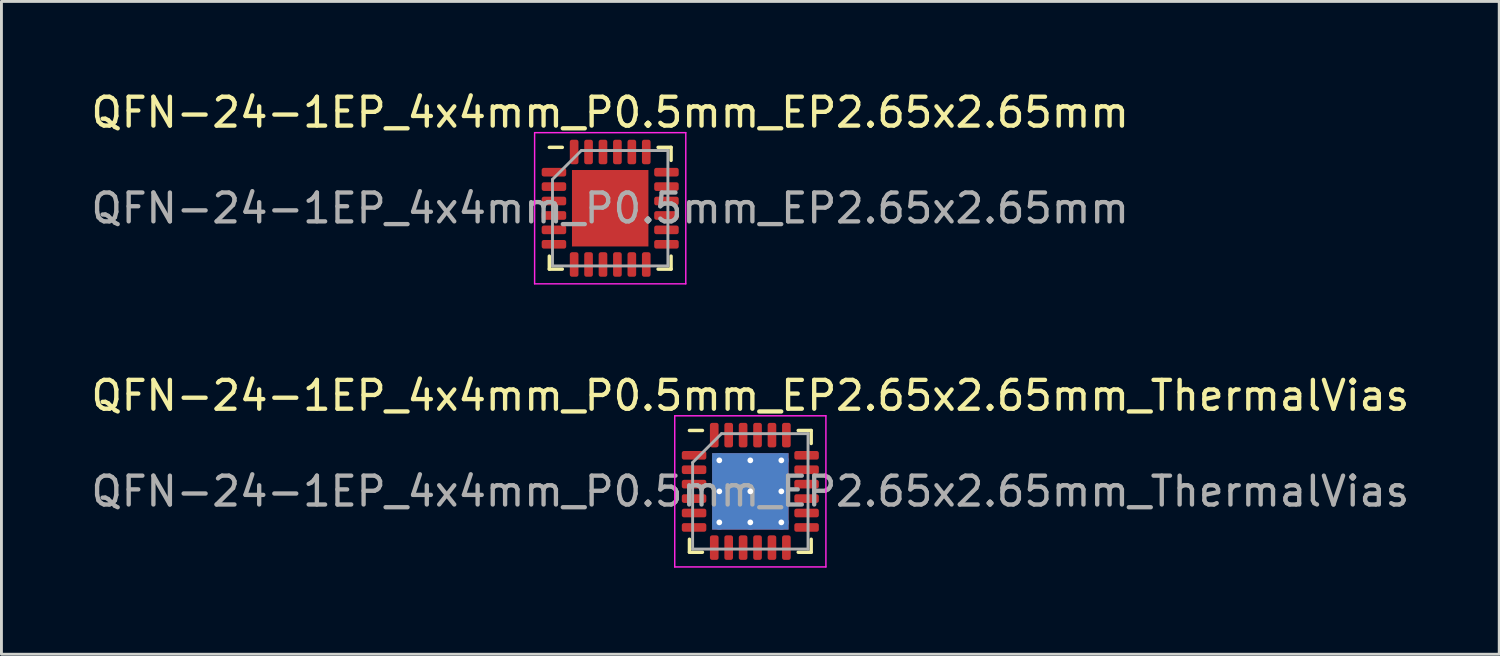
<source format=kicad_pcb>
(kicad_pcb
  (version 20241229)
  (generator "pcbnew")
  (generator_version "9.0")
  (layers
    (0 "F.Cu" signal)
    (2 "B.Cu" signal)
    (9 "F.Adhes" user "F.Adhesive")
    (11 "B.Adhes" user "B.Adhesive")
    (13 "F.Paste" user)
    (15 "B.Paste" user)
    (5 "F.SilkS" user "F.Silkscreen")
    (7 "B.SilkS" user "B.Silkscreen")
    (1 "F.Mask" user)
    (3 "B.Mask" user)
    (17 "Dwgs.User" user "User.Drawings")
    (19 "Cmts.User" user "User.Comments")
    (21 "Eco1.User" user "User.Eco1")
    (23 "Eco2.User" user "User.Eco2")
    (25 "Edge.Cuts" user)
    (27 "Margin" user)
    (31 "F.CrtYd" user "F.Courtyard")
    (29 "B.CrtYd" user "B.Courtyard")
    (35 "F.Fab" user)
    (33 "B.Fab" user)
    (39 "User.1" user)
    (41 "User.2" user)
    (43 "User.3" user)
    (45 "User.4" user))
  (footprint "QFN-24-1EP_4x4mm_P0.5mm_EP2.65x2.65mm_ThermalVias"
    (layer "F.Cu")
    (at 22.958 13.982)
    (property "Reference" "QFN-24-1EP_4x4mm_P0.5mm_EP2.65x2.65mm_ThermalVias" (at 0 -3.32 0) (layer "F.SilkS") (effects (font (size 1 1) (thickness 0.15))))
    (attr smd)
    (fp_line (start -2.11 2.11) (end -2.11 1.66) (stroke (width 0.12) (type solid)) (layer "F.SilkS"))
    (fp_line (start -1.66 -2.11) (end -2.11 -2.11) (stroke (width 0.12) (type solid)) (layer "F.SilkS"))
    (fp_line (start -1.66 2.11) (end -2.11 2.11) (stroke (width 0.12) (type solid)) (layer "F.SilkS"))
    (fp_line (start 1.66 -2.11) (end 2.11 -2.11) (stroke (width 0.12) (type solid)) (layer "F.SilkS"))
    (fp_line (start 1.66 2.11) (end 2.11 2.11) (stroke (width 0.12) (type solid)) (layer "F.SilkS"))
    (fp_line (start 2.11 -2.11) (end 2.11 -1.66) (stroke (width 0.12) (type solid)) (layer "F.SilkS"))
    (fp_line (start 2.11 2.11) (end 2.11 1.66) (stroke (width 0.12) (type solid)) (layer "F.SilkS"))
    (fp_line (start -2.62 -2.62) (end -2.62 2.62) (stroke (width 0.05) (type solid)) (layer "F.CrtYd"))
    (fp_line (start -2.62 2.62) (end 2.62 2.62) (stroke (width 0.05) (type solid)) (layer "F.CrtYd"))
    (fp_line (start 2.62 -2.62) (end -2.62 -2.62) (stroke (width 0.05) (type solid)) (layer "F.CrtYd"))
    (fp_line (start 2.62 2.62) (end 2.62 -2.62) (stroke (width 0.05) (type solid)) (layer "F.CrtYd"))
    (fp_line (start -2 -1) (end -1 -2) (stroke (width 0.1) (type solid)) (layer "F.Fab"))
    (fp_line (start -2 2) (end -2 -1) (stroke (width 0.1) (type solid)) (layer "F.Fab"))
    (fp_line (start -1 -2) (end 2 -2) (stroke (width 0.1) (type solid)) (layer "F.Fab"))
    (fp_line (start 2 -2) (end 2 2) (stroke (width 0.1) (type solid)) (layer "F.Fab"))
    (fp_line (start 2 2) (end -2 2) (stroke (width 0.1) (type solid)) (layer "F.Fab"))
    (fp_text user "${REFERENCE}" (at 0 0 0) (layer "F.Fab") (effects (font (size 1 1) (thickness 0.15))))
    (pad "" smd roundrect (at -0.66 -0.66) (size 1.15 1.15) (layers "F.Paste") (roundrect_rratio 0.217))
    (pad "" smd roundrect (at -0.66 0.66) (size 1.15 1.15) (layers "F.Paste") (roundrect_rratio 0.217))
    (pad "" smd roundrect (at 0.66 -0.66) (size 1.15 1.15) (layers "F.Paste") (roundrect_rratio 0.217))
    (pad "" smd roundrect (at 0.66 0.66) (size 1.15 1.15) (layers "F.Paste") (roundrect_rratio 0.217))
    (pad "1" smd roundrect (at -1.95 -1.25) (size 0.85 0.3) (layers "F.Cu" "F.Mask" "F.Paste") (roundrect_rratio 0.25))
    (pad "2" smd roundrect (at -1.95 -0.75) (size 0.85 0.3) (layers "F.Cu" "F.Mask" "F.Paste") (roundrect_rratio 0.25))
    (pad "3" smd roundrect (at -1.95 -0.25) (size 0.85 0.3) (layers "F.Cu" "F.Mask" "F.Paste") (roundrect_rratio 0.25))
    (pad "4" smd roundrect (at -1.95 0.25) (size 0.85 0.3) (layers "F.Cu" "F.Mask" "F.Paste") (roundrect_rratio 0.25))
    (pad "5" smd roundrect (at -1.95 0.75) (size 0.85 0.3) (layers "F.Cu" "F.Mask" "F.Paste") (roundrect_rratio 0.25))
    (pad "6" smd roundrect (at -1.95 1.25) (size 0.85 0.3) (layers "F.Cu" "F.Mask" "F.Paste") (roundrect_rratio 0.25))
    (pad "7" smd roundrect (at -1.25 1.95) (size 0.3 0.85) (layers "F.Cu" "F.Mask" "F.Paste") (roundrect_rratio 0.25))
    (pad "8" smd roundrect (at -0.75 1.95) (size 0.3 0.85) (layers "F.Cu" "F.Mask" "F.Paste") (roundrect_rratio 0.25))
    (pad "9" smd roundrect (at -0.25 1.95) (size 0.3 0.85) (layers "F.Cu" "F.Mask" "F.Paste") (roundrect_rratio 0.25))
    (pad "10" smd roundrect (at 0.25 1.95) (size 0.3 0.85) (layers "F.Cu" "F.Mask" "F.Paste") (roundrect_rratio 0.25))
    (pad "11" smd roundrect (at 0.75 1.95) (size 0.3 0.85) (layers "F.Cu" "F.Mask" "F.Paste") (roundrect_rratio 0.25))
    (pad "12" smd roundrect (at 1.25 1.95) (size 0.3 0.85) (layers "F.Cu" "F.Mask" "F.Paste") (roundrect_rratio 0.25))
    (pad "13" smd roundrect (at 1.95 1.25) (size 0.85 0.3) (layers "F.Cu" "F.Mask" "F.Paste") (roundrect_rratio 0.25))
    (pad "14" smd roundrect (at 1.95 0.75) (size 0.85 0.3) (layers "F.Cu" "F.Mask" "F.Paste") (roundrect_rratio 0.25))
    (pad "15" smd roundrect (at 1.95 0.25) (size 0.85 0.3) (layers "F.Cu" "F.Mask" "F.Paste") (roundrect_rratio 0.25))
    (pad "16" smd roundrect (at 1.95 -0.25) (size 0.85 0.3) (layers "F.Cu" "F.Mask" "F.Paste") (roundrect_rratio 0.25))
    (pad "17" smd roundrect (at 1.95 -0.75) (size 0.85 0.3) (layers "F.Cu" "F.Mask" "F.Paste") (roundrect_rratio 0.25))
    (pad "18" smd roundrect (at 1.95 -1.25) (size 0.85 0.3) (layers "F.Cu" "F.Mask" "F.Paste") (roundrect_rratio 0.25))
    (pad "19" smd roundrect (at 1.25 -1.95) (size 0.3 0.85) (layers "F.Cu" "F.Mask" "F.Paste") (roundrect_rratio 0.25))
    (pad "20" smd roundrect (at 0.75 -1.95) (size 0.3 0.85) (layers "F.Cu" "F.Mask" "F.Paste") (roundrect_rratio 0.25))
    (pad "21" smd roundrect (at 0.25 -1.95) (size 0.3 0.85) (layers "F.Cu" "F.Mask" "F.Paste") (roundrect_rratio 0.25))
    (pad "22" smd roundrect (at -0.25 -1.95) (size 0.3 0.85) (layers "F.Cu" "F.Mask" "F.Paste") (roundrect_rratio 0.25))
    (pad "23" smd roundrect (at -0.75 -1.95) (size 0.3 0.85) (layers "F.Cu" "F.Mask" "F.Paste") (roundrect_rratio 0.25))
    (pad "24" smd roundrect (at -1.25 -1.95) (size 0.3 0.85) (layers "F.Cu" "F.Mask" "F.Paste") (roundrect_rratio 0.25))
    (pad "25" thru_hole circle (at -1.075 -1.075) (size 0.5 0.5) (drill 0.2) (layers "*.Cu"))
    (pad "25" thru_hole circle (at -1.075 0) (size 0.5 0.5) (drill 0.2) (layers "*.Cu"))
    (pad "25" thru_hole circle (at -1.075 1.075) (size 0.5 0.5) (drill 0.2) (layers "*.Cu"))
    (pad "25" thru_hole circle (at 0 -1.075) (size 0.5 0.5) (drill 0.2) (layers "*.Cu"))
    (pad "25" thru_hole circle (at 0 0) (size 0.5 0.5) (drill 0.2) (layers "*.Cu"))
    (pad "25" smd rect (at 0 0) (size 2.65 2.65) (layers "F.Cu" "F.Mask"))
    (pad "25" smd rect (at 0 0) (size 2.65 2.65) (layers "B.Cu"))
    (pad "25" thru_hole circle (at 0 1.075) (size 0.5 0.5) (drill 0.2) (layers "*.Cu"))
    (pad "25" thru_hole circle (at 1.075 -1.075) (size 0.5 0.5) (drill 0.2) (layers "*.Cu"))
    (pad "25" thru_hole circle (at 1.075 0) (size 0.5 0.5) (drill 0.2) (layers "*.Cu"))
    (pad "25" thru_hole circle (at 1.075 1.075) (size 0.5 0.5) (drill 0.2) (layers "*.Cu")))
  (footprint "QFN-24-1EP_4x4mm_P0.5mm_EP2.65x2.65mm"
    (layer "F.Cu")
    (at 18.101 4.168)
    (property "Reference" "QFN-24-1EP_4x4mm_P0.5mm_EP2.65x2.65mm" (at 0 -3.32 0) (layer "F.SilkS") (effects (font (size 1 1) (thickness 0.15))))
    (attr smd)
    (fp_line (start -2.11 2.11) (end -2.11 1.66) (stroke (width 0.12) (type solid)) (layer "F.SilkS"))
    (fp_line (start -1.66 -2.11) (end -2.11 -2.11) (stroke (width 0.12) (type solid)) (layer "F.SilkS"))
    (fp_line (start -1.66 2.11) (end -2.11 2.11) (stroke (width 0.12) (type solid)) (layer "F.SilkS"))
    (fp_line (start 1.66 -2.11) (end 2.11 -2.11) (stroke (width 0.12) (type solid)) (layer "F.SilkS"))
    (fp_line (start 1.66 2.11) (end 2.11 2.11) (stroke (width 0.12) (type solid)) (layer "F.SilkS"))
    (fp_line (start 2.11 -2.11) (end 2.11 -1.66) (stroke (width 0.12) (type solid)) (layer "F.SilkS"))
    (fp_line (start 2.11 2.11) (end 2.11 1.66) (stroke (width 0.12) (type solid)) (layer "F.SilkS"))
    (fp_line (start -2.62 -2.62) (end -2.62 2.62) (stroke (width 0.05) (type solid)) (layer "F.CrtYd"))
    (fp_line (start -2.62 2.62) (end 2.62 2.62) (stroke (width 0.05) (type solid)) (layer "F.CrtYd"))
    (fp_line (start 2.62 -2.62) (end -2.62 -2.62) (stroke (width 0.05) (type solid)) (layer "F.CrtYd"))
    (fp_line (start 2.62 2.62) (end 2.62 -2.62) (stroke (width 0.05) (type solid)) (layer "F.CrtYd"))
    (fp_line (start -2 -1) (end -1 -2) (stroke (width 0.1) (type solid)) (layer "F.Fab"))
    (fp_line (start -2 2) (end -2 -1) (stroke (width 0.1) (type solid)) (layer "F.Fab"))
    (fp_line (start -1 -2) (end 2 -2) (stroke (width 0.1) (type solid)) (layer "F.Fab"))
    (fp_line (start 2 -2) (end 2 2) (stroke (width 0.1) (type solid)) (layer "F.Fab"))
    (fp_line (start 2 2) (end -2 2) (stroke (width 0.1) (type solid)) (layer "F.Fab"))
    (fp_text user "${REFERENCE}" (at 0 0 0) (layer "F.Fab") (effects (font (size 1 1) (thickness 0.15))))
    (pad "" smd roundrect (at -0.66 -0.66) (size 1.07 1.07) (layers "F.Paste") (roundrect_rratio 0.234))
    (pad "" smd roundrect (at -0.66 0.66) (size 1.07 1.07) (layers "F.Paste") (roundrect_rratio 0.234))
    (pad "" smd roundrect (at 0.66 -0.66) (size 1.07 1.07) (layers "F.Paste") (roundrect_rratio 0.234))
    (pad "" smd roundrect (at 0.66 0.66) (size 1.07 1.07) (layers "F.Paste") (roundrect_rratio 0.234))
    (pad "1" smd roundrect (at -1.95 -1.25) (size 0.85 0.3) (layers "F.Cu" "F.Mask" "F.Paste") (roundrect_rratio 0.25))
    (pad "2" smd roundrect (at -1.95 -0.75) (size 0.85 0.3) (layers "F.Cu" "F.Mask" "F.Paste") (roundrect_rratio 0.25))
    (pad "3" smd roundrect (at -1.95 -0.25) (size 0.85 0.3) (layers "F.Cu" "F.Mask" "F.Paste") (roundrect_rratio 0.25))
    (pad "4" smd roundrect (at -1.95 0.25) (size 0.85 0.3) (layers "F.Cu" "F.Mask" "F.Paste") (roundrect_rratio 0.25))
    (pad "5" smd roundrect (at -1.95 0.75) (size 0.85 0.3) (layers "F.Cu" "F.Mask" "F.Paste") (roundrect_rratio 0.25))
    (pad "6" smd roundrect (at -1.95 1.25) (size 0.85 0.3) (layers "F.Cu" "F.Mask" "F.Paste") (roundrect_rratio 0.25))
    (pad "7" smd roundrect (at -1.25 1.95) (size 0.3 0.85) (layers "F.Cu" "F.Mask" "F.Paste") (roundrect_rratio 0.25))
    (pad "8" smd roundrect (at -0.75 1.95) (size 0.3 0.85) (layers "F.Cu" "F.Mask" "F.Paste") (roundrect_rratio 0.25))
    (pad "9" smd roundrect (at -0.25 1.95) (size 0.3 0.85) (layers "F.Cu" "F.Mask" "F.Paste") (roundrect_rratio 0.25))
    (pad "10" smd roundrect (at 0.25 1.95) (size 0.3 0.85) (layers "F.Cu" "F.Mask" "F.Paste") (roundrect_rratio 0.25))
    (pad "11" smd roundrect (at 0.75 1.95) (size 0.3 0.85) (layers "F.Cu" "F.Mask" "F.Paste") (roundrect_rratio 0.25))
    (pad "12" smd roundrect (at 1.25 1.95) (size 0.3 0.85) (layers "F.Cu" "F.Mask" "F.Paste") (roundrect_rratio 0.25))
    (pad "13" smd roundrect (at 1.95 1.25) (size 0.85 0.3) (layers "F.Cu" "F.Mask" "F.Paste") (roundrect_rratio 0.25))
    (pad "14" smd roundrect (at 1.95 0.75) (size 0.85 0.3) (layers "F.Cu" "F.Mask" "F.Paste") (roundrect_rratio 0.25))
    (pad "15" smd roundrect (at 1.95 0.25) (size 0.85 0.3) (layers "F.Cu" "F.Mask" "F.Paste") (roundrect_rratio 0.25))
    (pad "16" smd roundrect (at 1.95 -0.25) (size 0.85 0.3) (layers "F.Cu" "F.Mask" "F.Paste") (roundrect_rratio 0.25))
    (pad "17" smd roundrect (at 1.95 -0.75) (size 0.85 0.3) (layers "F.Cu" "F.Mask" "F.Paste") (roundrect_rratio 0.25))
    (pad "18" smd roundrect (at 1.95 -1.25) (size 0.85 0.3) (layers "F.Cu" "F.Mask" "F.Paste") (roundrect_rratio 0.25))
    (pad "19" smd roundrect (at 1.25 -1.95) (size 0.3 0.85) (layers "F.Cu" "F.Mask" "F.Paste") (roundrect_rratio 0.25))
    (pad "20" smd roundrect (at 0.75 -1.95) (size 0.3 0.85) (layers "F.Cu" "F.Mask" "F.Paste") (roundrect_rratio 0.25))
    (pad "21" smd roundrect (at 0.25 -1.95) (size 0.3 0.85) (layers "F.Cu" "F.Mask" "F.Paste") (roundrect_rratio 0.25))
    (pad "22" smd roundrect (at -0.25 -1.95) (size 0.3 0.85) (layers "F.Cu" "F.Mask" "F.Paste") (roundrect_rratio 0.25))
    (pad "23" smd roundrect (at -0.75 -1.95) (size 0.3 0.85) (layers "F.Cu" "F.Mask" "F.Paste") (roundrect_rratio 0.25))
    (pad "24" smd roundrect (at -1.25 -1.95) (size 0.3 0.85) (layers "F.Cu" "F.Mask" "F.Paste") (roundrect_rratio 0.25))
    (pad "25" smd rect (at 0 0) (size 2.65 2.65) (layers "F.Cu" "F.Mask")))
  (gr_rect
    (start -3 -3)
    (end 48.917 19.627)
    (stroke (width 0.1) (type default))
    (fill no)
    (layer "Edge.Cuts")))
</source>
